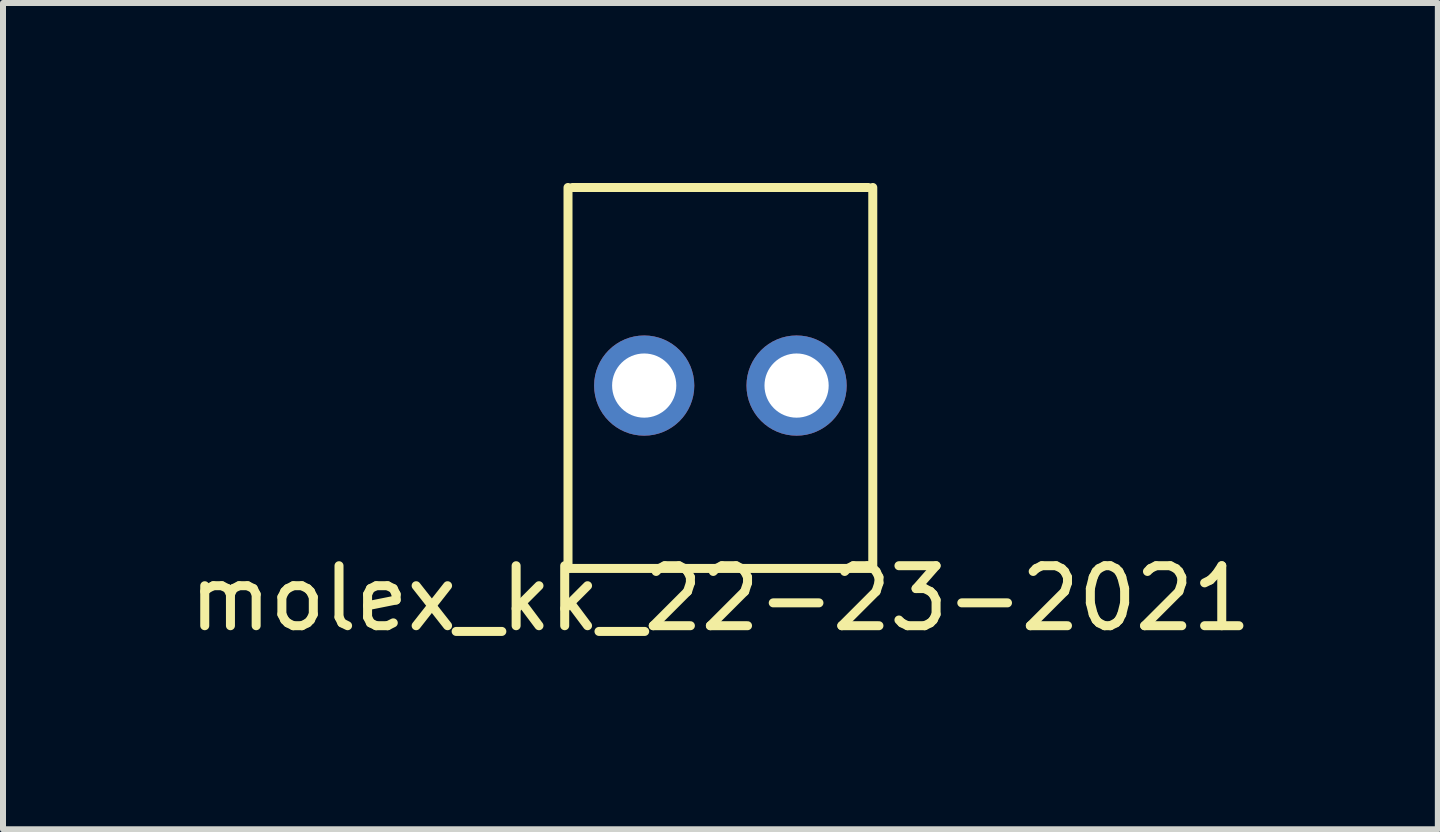
<source format=kicad_pcb>
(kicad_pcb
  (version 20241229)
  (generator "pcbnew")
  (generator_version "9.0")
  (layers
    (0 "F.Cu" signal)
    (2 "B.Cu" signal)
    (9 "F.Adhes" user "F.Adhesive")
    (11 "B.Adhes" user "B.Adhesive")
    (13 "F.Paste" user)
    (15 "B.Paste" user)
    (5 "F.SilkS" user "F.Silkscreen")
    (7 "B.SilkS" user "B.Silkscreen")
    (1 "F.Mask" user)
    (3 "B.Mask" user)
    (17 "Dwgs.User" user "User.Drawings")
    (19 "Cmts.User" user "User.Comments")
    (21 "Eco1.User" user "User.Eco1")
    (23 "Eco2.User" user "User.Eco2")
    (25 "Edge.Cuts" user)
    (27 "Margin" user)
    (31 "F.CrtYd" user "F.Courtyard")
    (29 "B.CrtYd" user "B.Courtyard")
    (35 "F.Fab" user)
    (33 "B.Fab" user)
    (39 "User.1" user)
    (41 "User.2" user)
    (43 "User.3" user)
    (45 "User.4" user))
  (footprint "molex_kk_22-23-2021"
    (layer "F.Cu")
    (at 8.958 6.425)
    (property "Reference" "molex_kk_22-23-2021" (at 0 0.5 0) (layer "F.SilkS") (effects (font (size 1 1) (thickness 0.15))))
    (attr through_hole)
    (fp_line (start -2.54 -6.35) (end -2.54 0) (stroke (width 0.15) (type solid)) (layer "F.SilkS"))
    (fp_line (start -2.54 0) (end 2.54 0) (stroke (width 0.15) (type solid)) (layer "F.SilkS"))
    (fp_line (start -2.465 -6.35) (end 2.465 -6.35) (stroke (width 0.15) (type solid)) (layer "F.SilkS"))
    (fp_line (start 2.54 0) (end 2.54 -6.35) (stroke (width 0.15) (type solid)) (layer "F.SilkS"))
    (pad "1" thru_hole circle (at -1.27 -3.048) (size 1.67 1.67) (drill 1.07) (layers "*.Cu" "*.Mask"))
    (pad "2" thru_hole circle (at 1.27 -3.048) (size 1.67 1.67) (drill 1.07) (layers "*.Cu" "*.Mask")))
  (gr_rect
    (start -3 -3)
    (end 20.917 10.773)
    (stroke (width 0.1) (type default))
    (fill no)
    (layer "Edge.Cuts")))
</source>
